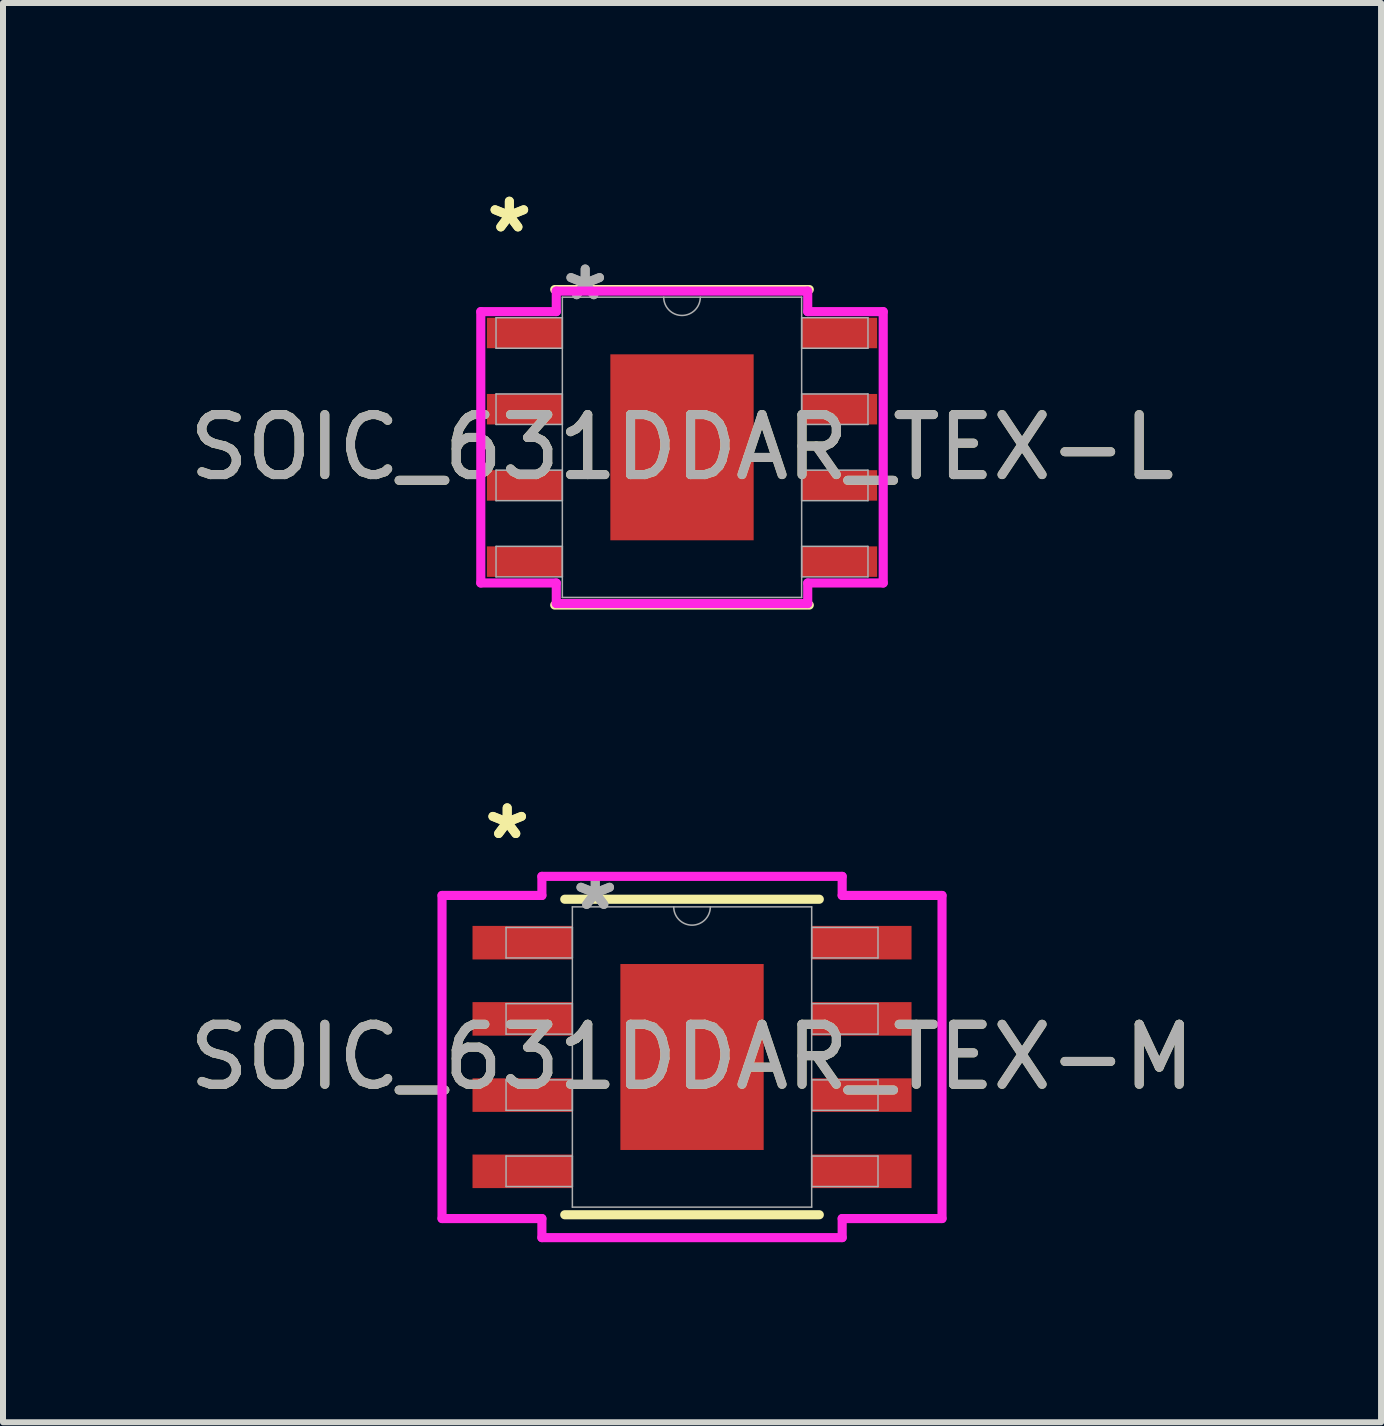
<source format=kicad_pcb>
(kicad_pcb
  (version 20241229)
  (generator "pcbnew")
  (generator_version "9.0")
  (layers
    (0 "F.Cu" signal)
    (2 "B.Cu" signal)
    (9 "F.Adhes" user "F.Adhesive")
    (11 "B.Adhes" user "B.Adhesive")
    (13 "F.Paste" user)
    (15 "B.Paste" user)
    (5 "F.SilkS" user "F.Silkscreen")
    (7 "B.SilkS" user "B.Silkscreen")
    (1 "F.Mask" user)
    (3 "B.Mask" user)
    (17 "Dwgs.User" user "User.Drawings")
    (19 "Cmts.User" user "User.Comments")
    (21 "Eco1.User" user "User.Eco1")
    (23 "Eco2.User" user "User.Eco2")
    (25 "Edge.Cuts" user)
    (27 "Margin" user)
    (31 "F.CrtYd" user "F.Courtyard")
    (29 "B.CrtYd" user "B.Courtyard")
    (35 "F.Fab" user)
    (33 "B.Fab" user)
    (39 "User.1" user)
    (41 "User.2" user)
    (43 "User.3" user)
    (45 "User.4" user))
  (footprint "SOIC_631DDAR_TEX-L"
    (layer "F.Cu")
    (at 8.315 4.404)
    (property "Reference" "SOIC_631DDAR_TEX-L" (at 0 0 0) (unlocked yes) (layer "F.SilkS") (effects (font (size 1 1) (thickness 0.15))))
    (attr smd)
    (fp_line (start -2.121 2.629) (end 2.121 2.629) (stroke (width 0.152) (type solid)) (layer "F.SilkS"))
    (fp_line (start 2.121 -2.629) (end -2.121 -2.629) (stroke (width 0.152) (type solid)) (layer "F.SilkS"))
    (fp_poly (pts (xy -1.094 -1.449) (xy -1.094 -0.1) (xy 1.094 -0.1) (xy 1.094 -1.449)) (stroke (width 0) (type solid)) (fill yes) (layer "F.Paste"))
    (fp_poly (pts (xy -1.094 0.1) (xy -1.094 1.449) (xy 1.094 1.449) (xy 1.094 0.1)) (stroke (width 0) (type solid)) (fill yes) (layer "F.Paste"))
    (fp_line (start -3.353 -2.261) (end -2.095 -2.261) (stroke (width 0.152) (type solid)) (layer "F.CrtYd"))
    (fp_line (start -3.353 2.261) (end -3.353 -2.261) (stroke (width 0.152) (type solid)) (layer "F.CrtYd"))
    (fp_line (start -3.353 2.261) (end -2.095 2.261) (stroke (width 0.152) (type solid)) (layer "F.CrtYd"))
    (fp_line (start -2.095 -2.603) (end 2.095 -2.603) (stroke (width 0.152) (type solid)) (layer "F.CrtYd"))
    (fp_line (start -2.095 -2.261) (end -2.095 -2.603) (stroke (width 0.152) (type solid)) (layer "F.CrtYd"))
    (fp_line (start -2.095 2.603) (end -2.095 2.261) (stroke (width 0.152) (type solid)) (layer "F.CrtYd"))
    (fp_line (start 2.095 -2.603) (end 2.095 -2.261) (stroke (width 0.152) (type solid)) (layer "F.CrtYd"))
    (fp_line (start 2.095 2.261) (end 2.095 2.603) (stroke (width 0.152) (type solid)) (layer "F.CrtYd"))
    (fp_line (start 2.095 2.603) (end -2.095 2.603) (stroke (width 0.152) (type solid)) (layer "F.CrtYd"))
    (fp_line (start 3.353 -2.261) (end 2.095 -2.261) (stroke (width 0.152) (type solid)) (layer "F.CrtYd"))
    (fp_line (start 3.353 -2.261) (end 3.353 2.261) (stroke (width 0.152) (type solid)) (layer "F.CrtYd"))
    (fp_line (start 3.353 2.261) (end 2.095 2.261) (stroke (width 0.152) (type solid)) (layer "F.CrtYd"))
    (fp_line (start -3.099 -2.159) (end -3.099 -1.651) (stroke (width 0.025) (type solid)) (layer "F.Fab"))
    (fp_line (start -3.099 -1.651) (end -1.994 -1.651) (stroke (width 0.025) (type solid)) (layer "F.Fab"))
    (fp_line (start -3.099 -0.889) (end -3.099 -0.381) (stroke (width 0.025) (type solid)) (layer "F.Fab"))
    (fp_line (start -3.099 -0.381) (end -1.994 -0.381) (stroke (width 0.025) (type solid)) (layer "F.Fab"))
    (fp_line (start -3.099 0.381) (end -3.099 0.889) (stroke (width 0.025) (type solid)) (layer "F.Fab"))
    (fp_line (start -3.099 0.889) (end -1.994 0.889) (stroke (width 0.025) (type solid)) (layer "F.Fab"))
    (fp_line (start -3.099 1.651) (end -3.099 2.159) (stroke (width 0.025) (type solid)) (layer "F.Fab"))
    (fp_line (start -3.099 2.159) (end -1.994 2.159) (stroke (width 0.025) (type solid)) (layer "F.Fab"))
    (fp_line (start -1.994 -2.502) (end -1.994 2.502) (stroke (width 0.025) (type solid)) (layer "F.Fab"))
    (fp_line (start -1.994 -2.159) (end -3.099 -2.159) (stroke (width 0.025) (type solid)) (layer "F.Fab"))
    (fp_line (start -1.994 -1.651) (end -1.994 -2.159) (stroke (width 0.025) (type solid)) (layer "F.Fab"))
    (fp_line (start -1.994 -0.889) (end -3.099 -0.889) (stroke (width 0.025) (type solid)) (layer "F.Fab"))
    (fp_line (start -1.994 -0.381) (end -1.994 -0.889) (stroke (width 0.025) (type solid)) (layer "F.Fab"))
    (fp_line (start -1.994 0.381) (end -3.099 0.381) (stroke (width 0.025) (type solid)) (layer "F.Fab"))
    (fp_line (start -1.994 0.889) (end -1.994 0.381) (stroke (width 0.025) (type solid)) (layer "F.Fab"))
    (fp_line (start -1.994 1.651) (end -3.099 1.651) (stroke (width 0.025) (type solid)) (layer "F.Fab"))
    (fp_line (start -1.994 2.159) (end -1.994 1.651) (stroke (width 0.025) (type solid)) (layer "F.Fab"))
    (fp_line (start -1.994 2.502) (end 1.994 2.502) (stroke (width 0.025) (type solid)) (layer "F.Fab"))
    (fp_line (start 1.994 -2.502) (end -1.994 -2.502) (stroke (width 0.025) (type solid)) (layer "F.Fab"))
    (fp_line (start 1.994 -2.159) (end 1.994 -1.651) (stroke (width 0.025) (type solid)) (layer "F.Fab"))
    (fp_line (start 1.994 -1.651) (end 3.099 -1.651) (stroke (width 0.025) (type solid)) (layer "F.Fab"))
    (fp_line (start 1.994 -0.889) (end 1.994 -0.381) (stroke (width 0.025) (type solid)) (layer "F.Fab"))
    (fp_line (start 1.994 -0.381) (end 3.099 -0.381) (stroke (width 0.025) (type solid)) (layer "F.Fab"))
    (fp_line (start 1.994 0.381) (end 1.994 0.889) (stroke (width 0.025) (type solid)) (layer "F.Fab"))
    (fp_line (start 1.994 0.889) (end 3.099 0.889) (stroke (width 0.025) (type solid)) (layer "F.Fab"))
    (fp_line (start 1.994 1.651) (end 1.994 2.159) (stroke (width 0.025) (type solid)) (layer "F.Fab"))
    (fp_line (start 1.994 2.159) (end 3.099 2.159) (stroke (width 0.025) (type solid)) (layer "F.Fab"))
    (fp_line (start 1.994 2.502) (end 1.994 -2.502) (stroke (width 0.025) (type solid)) (layer "F.Fab"))
    (fp_line (start 3.099 -2.159) (end 1.994 -2.159) (stroke (width 0.025) (type solid)) (layer "F.Fab"))
    (fp_line (start 3.099 -1.651) (end 3.099 -2.159) (stroke (width 0.025) (type solid)) (layer "F.Fab"))
    (fp_line (start 3.099 -0.889) (end 1.994 -0.889) (stroke (width 0.025) (type solid)) (layer "F.Fab"))
    (fp_line (start 3.099 -0.381) (end 3.099 -0.889) (stroke (width 0.025) (type solid)) (layer "F.Fab"))
    (fp_line (start 3.099 0.381) (end 1.994 0.381) (stroke (width 0.025) (type solid)) (layer "F.Fab"))
    (fp_line (start 3.099 0.889) (end 3.099 0.381) (stroke (width 0.025) (type solid)) (layer "F.Fab"))
    (fp_line (start 3.099 1.651) (end 1.994 1.651) (stroke (width 0.025) (type solid)) (layer "F.Fab"))
    (fp_line (start 3.099 2.159) (end 3.099 1.651) (stroke (width 0.025) (type solid)) (layer "F.Fab"))
    (fp_arc (start 0.3048 -2.5019) (mid 0 -2.1971) (end -0.3048 -2.5019) (stroke (width 0.0254) (type solid)) (layer "F.Fab"))
    (fp_text user "*" (at -2.877 -3.556 0) (unlocked yes) (layer "F.SilkS") (effects (font (size 1 1) (thickness 0.15))))
    (fp_text user "*" (at -2.877 -3.556 0) (layer "F.SilkS") (effects (font (size 1 1) (thickness 0.15))))
    (fp_text user "*" (at -1.613 -2.426 0) (unlocked yes) (layer "F.Fab") (effects (font (size 1 1) (thickness 0.15))))
    (fp_text user "${REFERENCE}" (at 0 0 0) (unlocked yes) (layer "F.Fab") (effects (font (size 1 1) (thickness 0.15))))
    (fp_text user "*" (at -1.613 -2.426 0) (layer "F.Fab") (effects (font (size 1 1) (thickness 0.15))))
    (pad "1" smd rect (at -2.623 -1.905) (size 1.257 0.508) (layers "F.Cu" "F.Mask" "F.Paste"))
    (pad "2" smd rect (at -2.623 -0.635) (size 1.257 0.508) (layers "F.Cu" "F.Mask" "F.Paste"))
    (pad "3" smd rect (at -2.623 0.635) (size 1.257 0.508) (layers "F.Cu" "F.Mask" "F.Paste"))
    (pad "4" smd rect (at -2.623 1.905) (size 1.257 0.508) (layers "F.Cu" "F.Mask" "F.Paste"))
    (pad "5" smd rect (at 2.623 1.905) (size 1.257 0.508) (layers "F.Cu" "F.Mask" "F.Paste"))
    (pad "6" smd rect (at 2.623 0.635) (size 1.257 0.508) (layers "F.Cu" "F.Mask" "F.Paste"))
    (pad "7" smd rect (at 2.623 -0.635) (size 1.257 0.508) (layers "F.Cu" "F.Mask" "F.Paste"))
    (pad "8" smd rect (at 2.623 -1.905) (size 1.257 0.508) (layers "F.Cu" "F.Mask" "F.Paste"))
    (pad "EPAD" smd rect (at 0 0) (size 2.388 3.099) (layers "F.Cu" "F.Mask")))
  (footprint "SOIC_631DDAR_TEX-M"
    (layer "F.Cu")
    (at 8.482 14.564)
    (property "Reference" "SOIC_631DDAR_TEX-M" (at 0 0 0) (unlocked yes) (layer "F.SilkS") (effects (font (size 1 1) (thickness 0.15))))
    (attr smd)
    (fp_line (start -2.121 2.629) (end 2.121 2.629) (stroke (width 0.152) (type solid)) (layer "F.SilkS"))
    (fp_line (start 2.121 -2.629) (end -2.121 -2.629) (stroke (width 0.152) (type solid)) (layer "F.SilkS"))
    (fp_poly (pts (xy -1.094 -1.449) (xy -1.094 -0.1) (xy 1.094 -0.1) (xy 1.094 -1.449)) (stroke (width 0) (type solid)) (fill yes) (layer "F.Paste"))
    (fp_poly (pts (xy -1.094 0.1) (xy -1.094 1.449) (xy 1.094 1.449) (xy 1.094 0.1)) (stroke (width 0) (type solid)) (fill yes) (layer "F.Paste"))
    (fp_line (start -4.166 -2.692) (end -2.502 -2.692) (stroke (width 0.152) (type solid)) (layer "F.CrtYd"))
    (fp_line (start -4.166 2.692) (end -4.166 -2.692) (stroke (width 0.152) (type solid)) (layer "F.CrtYd"))
    (fp_line (start -4.166 2.692) (end -2.502 2.692) (stroke (width 0.152) (type solid)) (layer "F.CrtYd"))
    (fp_line (start -2.502 -3.01) (end 2.502 -3.01) (stroke (width 0.152) (type solid)) (layer "F.CrtYd"))
    (fp_line (start -2.502 -2.692) (end -2.502 -3.01) (stroke (width 0.152) (type solid)) (layer "F.CrtYd"))
    (fp_line (start -2.502 3.01) (end -2.502 2.692) (stroke (width 0.152) (type solid)) (layer "F.CrtYd"))
    (fp_line (start 2.502 -3.01) (end 2.502 -2.692) (stroke (width 0.152) (type solid)) (layer "F.CrtYd"))
    (fp_line (start 2.502 2.692) (end 2.502 3.01) (stroke (width 0.152) (type solid)) (layer "F.CrtYd"))
    (fp_line (start 2.502 3.01) (end -2.502 3.01) (stroke (width 0.152) (type solid)) (layer "F.CrtYd"))
    (fp_line (start 4.166 -2.692) (end 2.502 -2.692) (stroke (width 0.152) (type solid)) (layer "F.CrtYd"))
    (fp_line (start 4.166 -2.692) (end 4.166 2.692) (stroke (width 0.152) (type solid)) (layer "F.CrtYd"))
    (fp_line (start 4.166 2.692) (end 2.502 2.692) (stroke (width 0.152) (type solid)) (layer "F.CrtYd"))
    (fp_line (start -3.099 -2.159) (end -3.099 -1.651) (stroke (width 0.025) (type solid)) (layer "F.Fab"))
    (fp_line (start -3.099 -1.651) (end -1.994 -1.651) (stroke (width 0.025) (type solid)) (layer "F.Fab"))
    (fp_line (start -3.099 -0.889) (end -3.099 -0.381) (stroke (width 0.025) (type solid)) (layer "F.Fab"))
    (fp_line (start -3.099 -0.381) (end -1.994 -0.381) (stroke (width 0.025) (type solid)) (layer "F.Fab"))
    (fp_line (start -3.099 0.381) (end -3.099 0.889) (stroke (width 0.025) (type solid)) (layer "F.Fab"))
    (fp_line (start -3.099 0.889) (end -1.994 0.889) (stroke (width 0.025) (type solid)) (layer "F.Fab"))
    (fp_line (start -3.099 1.651) (end -3.099 2.159) (stroke (width 0.025) (type solid)) (layer "F.Fab"))
    (fp_line (start -3.099 2.159) (end -1.994 2.159) (stroke (width 0.025) (type solid)) (layer "F.Fab"))
    (fp_line (start -1.994 -2.502) (end -1.994 2.502) (stroke (width 0.025) (type solid)) (layer "F.Fab"))
    (fp_line (start -1.994 -2.159) (end -3.099 -2.159) (stroke (width 0.025) (type solid)) (layer "F.Fab"))
    (fp_line (start -1.994 -1.651) (end -1.994 -2.159) (stroke (width 0.025) (type solid)) (layer "F.Fab"))
    (fp_line (start -1.994 -0.889) (end -3.099 -0.889) (stroke (width 0.025) (type solid)) (layer "F.Fab"))
    (fp_line (start -1.994 -0.381) (end -1.994 -0.889) (stroke (width 0.025) (type solid)) (layer "F.Fab"))
    (fp_line (start -1.994 0.381) (end -3.099 0.381) (stroke (width 0.025) (type solid)) (layer "F.Fab"))
    (fp_line (start -1.994 0.889) (end -1.994 0.381) (stroke (width 0.025) (type solid)) (layer "F.Fab"))
    (fp_line (start -1.994 1.651) (end -3.099 1.651) (stroke (width 0.025) (type solid)) (layer "F.Fab"))
    (fp_line (start -1.994 2.159) (end -1.994 1.651) (stroke (width 0.025) (type solid)) (layer "F.Fab"))
    (fp_line (start -1.994 2.502) (end 1.994 2.502) (stroke (width 0.025) (type solid)) (layer "F.Fab"))
    (fp_line (start 1.994 -2.502) (end -1.994 -2.502) (stroke (width 0.025) (type solid)) (layer "F.Fab"))
    (fp_line (start 1.994 -2.159) (end 1.994 -1.651) (stroke (width 0.025) (type solid)) (layer "F.Fab"))
    (fp_line (start 1.994 -1.651) (end 3.099 -1.651) (stroke (width 0.025) (type solid)) (layer "F.Fab"))
    (fp_line (start 1.994 -0.889) (end 1.994 -0.381) (stroke (width 0.025) (type solid)) (layer "F.Fab"))
    (fp_line (start 1.994 -0.381) (end 3.099 -0.381) (stroke (width 0.025) (type solid)) (layer "F.Fab"))
    (fp_line (start 1.994 0.381) (end 1.994 0.889) (stroke (width 0.025) (type solid)) (layer "F.Fab"))
    (fp_line (start 1.994 0.889) (end 3.099 0.889) (stroke (width 0.025) (type solid)) (layer "F.Fab"))
    (fp_line (start 1.994 1.651) (end 1.994 2.159) (stroke (width 0.025) (type solid)) (layer "F.Fab"))
    (fp_line (start 1.994 2.159) (end 3.099 2.159) (stroke (width 0.025) (type solid)) (layer "F.Fab"))
    (fp_line (start 1.994 2.502) (end 1.994 -2.502) (stroke (width 0.025) (type solid)) (layer "F.Fab"))
    (fp_line (start 3.099 -2.159) (end 1.994 -2.159) (stroke (width 0.025) (type solid)) (layer "F.Fab"))
    (fp_line (start 3.099 -1.651) (end 3.099 -2.159) (stroke (width 0.025) (type solid)) (layer "F.Fab"))
    (fp_line (start 3.099 -0.889) (end 1.994 -0.889) (stroke (width 0.025) (type solid)) (layer "F.Fab"))
    (fp_line (start 3.099 -0.381) (end 3.099 -0.889) (stroke (width 0.025) (type solid)) (layer "F.Fab"))
    (fp_line (start 3.099 0.381) (end 1.994 0.381) (stroke (width 0.025) (type solid)) (layer "F.Fab"))
    (fp_line (start 3.099 0.889) (end 3.099 0.381) (stroke (width 0.025) (type solid)) (layer "F.Fab"))
    (fp_line (start 3.099 1.651) (end 1.994 1.651) (stroke (width 0.025) (type solid)) (layer "F.Fab"))
    (fp_line (start 3.099 2.159) (end 3.099 1.651) (stroke (width 0.025) (type solid)) (layer "F.Fab"))
    (fp_arc (start 0.3048 -2.5019) (mid 0 -2.1971) (end -0.3048 -2.5019) (stroke (width 0.0254) (type solid)) (layer "F.Fab"))
    (fp_text user "*" (at -3.08 -3.607 0) (unlocked yes) (layer "F.SilkS") (effects (font (size 1 1) (thickness 0.15))))
    (fp_text user "*" (at -3.08 -3.607 0) (layer "F.SilkS") (effects (font (size 1 1) (thickness 0.15))))
    (fp_text user "*" (at -1.613 -2.426 0) (layer "F.Fab") (effects (font (size 1 1) (thickness 0.15))))
    (fp_text user "${REFERENCE}" (at 0 0 0) (unlocked yes) (layer "F.Fab") (effects (font (size 1 1) (thickness 0.15))))
    (fp_text user "*" (at -1.613 -2.426 0) (unlocked yes) (layer "F.Fab") (effects (font (size 1 1) (thickness 0.15))))
    (pad "1" smd rect (at -2.826 -1.905) (size 1.664 0.559) (layers "F.Cu" "F.Mask" "F.Paste"))
    (pad "2" smd rect (at -2.826 -0.635) (size 1.664 0.559) (layers "F.Cu" "F.Mask" "F.Paste"))
    (pad "3" smd rect (at -2.826 0.635) (size 1.664 0.559) (layers "F.Cu" "F.Mask" "F.Paste"))
    (pad "4" smd rect (at -2.826 1.905) (size 1.664 0.559) (layers "F.Cu" "F.Mask" "F.Paste"))
    (pad "5" smd rect (at 2.826 1.905) (size 1.664 0.559) (layers "F.Cu" "F.Mask" "F.Paste"))
    (pad "6" smd rect (at 2.826 0.635) (size 1.664 0.559) (layers "F.Cu" "F.Mask" "F.Paste"))
    (pad "7" smd rect (at 2.826 -0.635) (size 1.664 0.559) (layers "F.Cu" "F.Mask" "F.Paste"))
    (pad "8" smd rect (at 2.826 -1.905) (size 1.664 0.559) (layers "F.Cu" "F.Mask" "F.Paste"))
    (pad "EPAD" smd rect (at 0 0) (size 2.388 3.099) (layers "F.Cu" "F.Mask")))
  (gr_rect
    (start -3 -3)
    (end 19.964 20.651)
    (stroke (width 0.1) (type default))
    (fill no)
    (layer "Edge.Cuts")))
</source>
